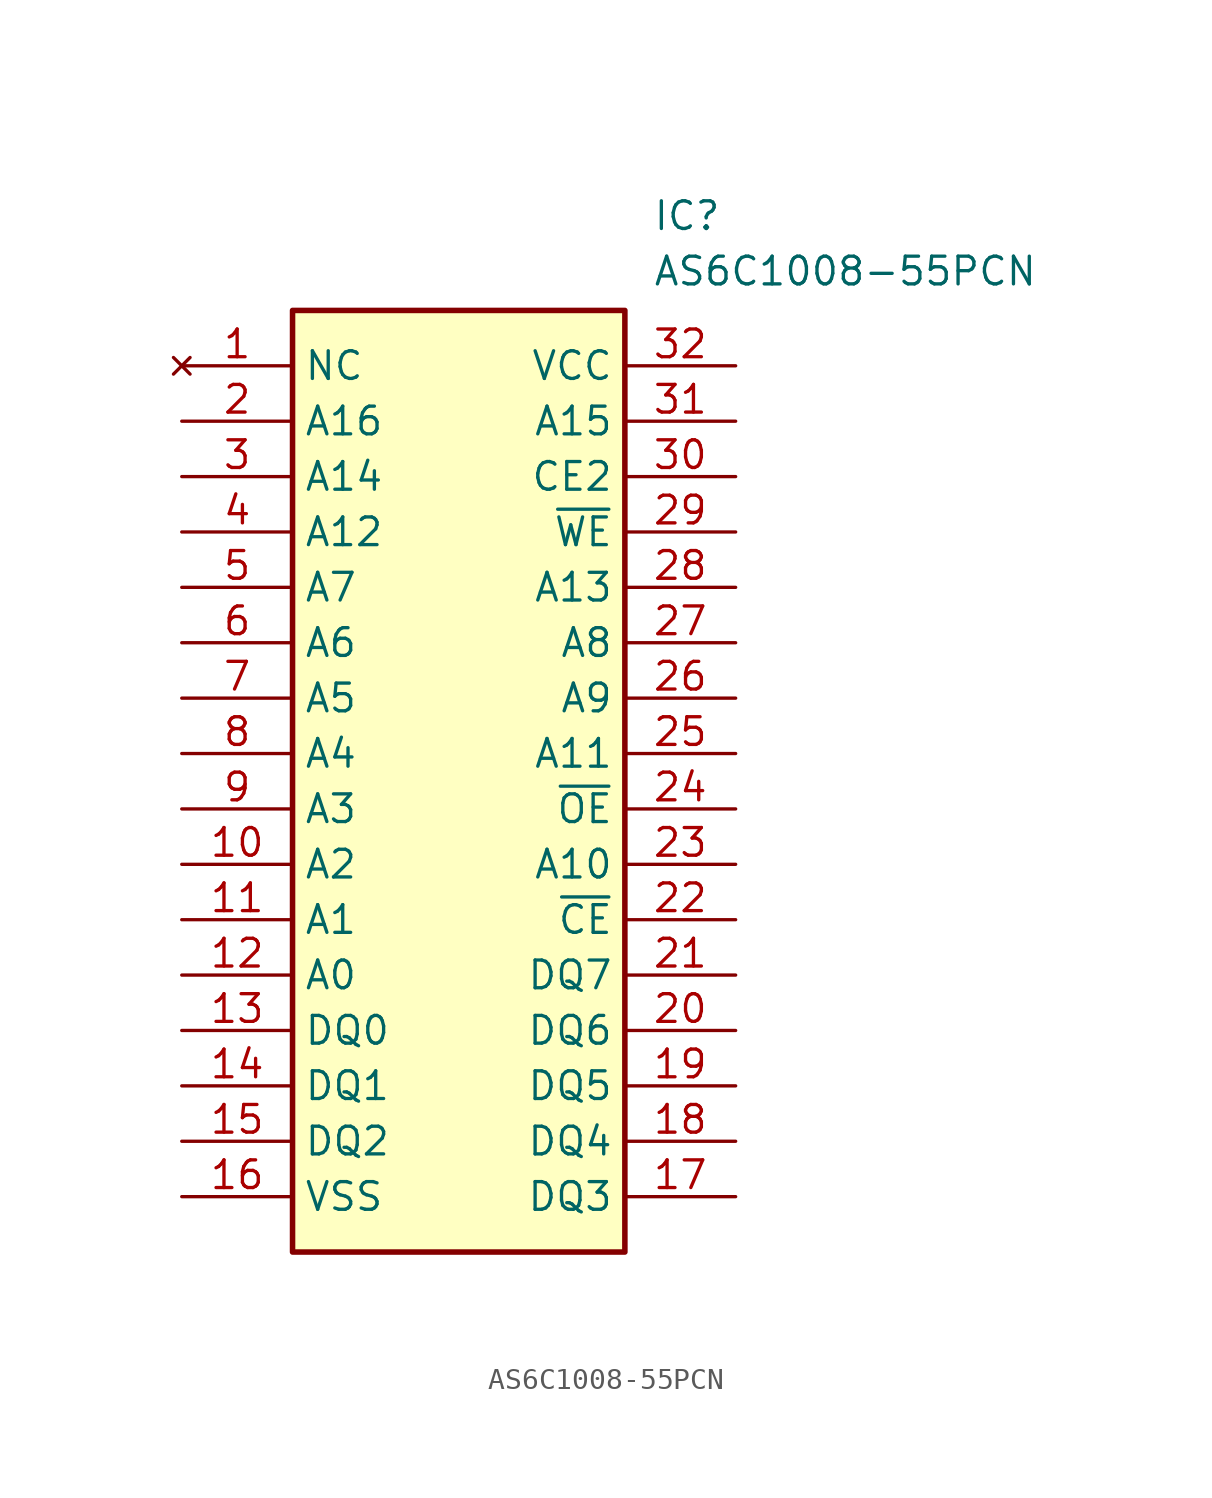
<source format=kicad_sym>
(kicad_symbol_lib
  (version 20211014)
  (generator SamacSys_ECAD_Model)
  (symbol "AS6C1008-55PCN"
    (property "Reference" "IC"
      (at 21.59 7.62 0)
      (effects (font (size 1.27 1.27)) (justify left top)))
    (property "Value" "AS6C1008-55PCN"
      (at 21.59 5.08 0)
      (effects (font (size 1.27 1.27)) (justify left top)))
    (rectangle
      (start 5.08 2.54)
      (end 20.32 -40.64)
      (stroke (width 0.254) (type default))
      (fill (type background)))
    (pin no_connect line
      (at 0 0 0)
      (length 5.08)
      (name "NC" (effects (font (size 1.27 1.27))))
      (number "1" (effects (font (size 1.27 1.27)))))
    (pin passive line
      (at 0 -2.54 0)
      (length 5.08)
      (name "A16" (effects (font (size 1.27 1.27))))
      (number "2" (effects (font (size 1.27 1.27)))))
    (pin passive line
      (at 0 -5.08 0)
      (length 5.08)
      (name "A14" (effects (font (size 1.27 1.27))))
      (number "3" (effects (font (size 1.27 1.27)))))
    (pin passive line
      (at 0 -7.62 0)
      (length 5.08)
      (name "A12" (effects (font (size 1.27 1.27))))
      (number "4" (effects (font (size 1.27 1.27)))))
    (pin passive line
      (at 0 -10.16 0)
      (length 5.08)
      (name "A7" (effects (font (size 1.27 1.27))))
      (number "5" (effects (font (size 1.27 1.27)))))
    (pin passive line
      (at 0 -12.7 0)
      (length 5.08)
      (name "A6" (effects (font (size 1.27 1.27))))
      (number "6" (effects (font (size 1.27 1.27)))))
    (pin passive line
      (at 0 -15.24 0)
      (length 5.08)
      (name "A5" (effects (font (size 1.27 1.27))))
      (number "7" (effects (font (size 1.27 1.27)))))
    (pin passive line
      (at 0 -17.78 0)
      (length 5.08)
      (name "A4" (effects (font (size 1.27 1.27))))
      (number "8" (effects (font (size 1.27 1.27)))))
    (pin passive line
      (at 0 -20.32 0)
      (length 5.08)
      (name "A3" (effects (font (size 1.27 1.27))))
      (number "9" (effects (font (size 1.27 1.27)))))
    (pin passive line
      (at 0 -22.86 0)
      (length 5.08)
      (name "A2" (effects (font (size 1.27 1.27))))
      (number "10" (effects (font (size 1.27 1.27)))))
    (pin passive line
      (at 0 -25.4 0)
      (length 5.08)
      (name "A1" (effects (font (size 1.27 1.27))))
      (number "11" (effects (font (size 1.27 1.27)))))
    (pin passive line
      (at 0 -27.94 0)
      (length 5.08)
      (name "A0" (effects (font (size 1.27 1.27))))
      (number "12" (effects (font (size 1.27 1.27)))))
    (pin passive line
      (at 0 -30.48 0)
      (length 5.08)
      (name "DQ0" (effects (font (size 1.27 1.27))))
      (number "13" (effects (font (size 1.27 1.27)))))
    (pin passive line
      (at 0 -33.02 0)
      (length 5.08)
      (name "DQ1" (effects (font (size 1.27 1.27))))
      (number "14" (effects (font (size 1.27 1.27)))))
    (pin passive line
      (at 0 -35.56 0)
      (length 5.08)
      (name "DQ2" (effects (font (size 1.27 1.27))))
      (number "15" (effects (font (size 1.27 1.27)))))
    (pin passive line
      (at 0 -38.1 0)
      (length 5.08)
      (name "VSS" (effects (font (size 1.27 1.27))))
      (number "16" (effects (font (size 1.27 1.27)))))
    (pin passive line
      (at 25.4 -38.1 180)
      (length 5.08)
      (name "DQ3" (effects (font (size 1.27 1.27))))
      (number "17" (effects (font (size 1.27 1.27)))))
    (pin passive line
      (at 25.4 -35.56 180)
      (length 5.08)
      (name "DQ4" (effects (font (size 1.27 1.27))))
      (number "18" (effects (font (size 1.27 1.27)))))
    (pin passive line
      (at 25.4 -33.02 180)
      (length 5.08)
      (name "DQ5" (effects (font (size 1.27 1.27))))
      (number "19" (effects (font (size 1.27 1.27)))))
    (pin passive line
      (at 25.4 -30.48 180)
      (length 5.08)
      (name "DQ6" (effects (font (size 1.27 1.27))))
      (number "20" (effects (font (size 1.27 1.27)))))
    (pin passive line
      (at 25.4 -27.94 180)
      (length 5.08)
      (name "DQ7" (effects (font (size 1.27 1.27))))
      (number "21" (effects (font (size 1.27 1.27)))))
    (pin passive line
      (at 25.4 -25.4 180)
      (length 5.08)
      (name "~{CE}" (effects (font (size 1.27 1.27))))
      (number "22" (effects (font (size 1.27 1.27)))))
    (pin passive line
      (at 25.4 -22.86 180)
      (length 5.08)
      (name "A10" (effects (font (size 1.27 1.27))))
      (number "23" (effects (font (size 1.27 1.27)))))
    (pin passive line
      (at 25.4 -20.32 180)
      (length 5.08)
      (name "~{OE}" (effects (font (size 1.27 1.27))))
      (number "24" (effects (font (size 1.27 1.27)))))
    (pin passive line
      (at 25.4 -17.78 180)
      (length 5.08)
      (name "A11" (effects (font (size 1.27 1.27))))
      (number "25" (effects (font (size 1.27 1.27)))))
    (pin passive line
      (at 25.4 -15.24 180)
      (length 5.08)
      (name "A9" (effects (font (size 1.27 1.27))))
      (number "26" (effects (font (size 1.27 1.27)))))
    (pin passive line
      (at 25.4 -12.7 180)
      (length 5.08)
      (name "A8" (effects (font (size 1.27 1.27))))
      (number "27" (effects (font (size 1.27 1.27)))))
    (pin passive line
      (at 25.4 -10.16 180)
      (length 5.08)
      (name "A13" (effects (font (size 1.27 1.27))))
      (number "28" (effects (font (size 1.27 1.27)))))
    (pin passive line
      (at 25.4 -7.62 180)
      (length 5.08)
      (name "~{WE}" (effects (font (size 1.27 1.27))))
      (number "29" (effects (font (size 1.27 1.27)))))
    (pin passive line
      (at 25.4 -5.08 180)
      (length 5.08)
      (name "CE2" (effects (font (size 1.27 1.27))))
      (number "30" (effects (font (size 1.27 1.27)))))
    (pin passive line
      (at 25.4 -2.54 180)
      (length 5.08)
      (name "A15" (effects (font (size 1.27 1.27))))
      (number "31" (effects (font (size 1.27 1.27)))))
    (pin passive line
      (at 25.4 0 180)
      (length 5.08)
      (name "VCC" (effects (font (size 1.27 1.27))))
      (number "32" (effects (font (size 1.27 1.27)))))))
</source>
